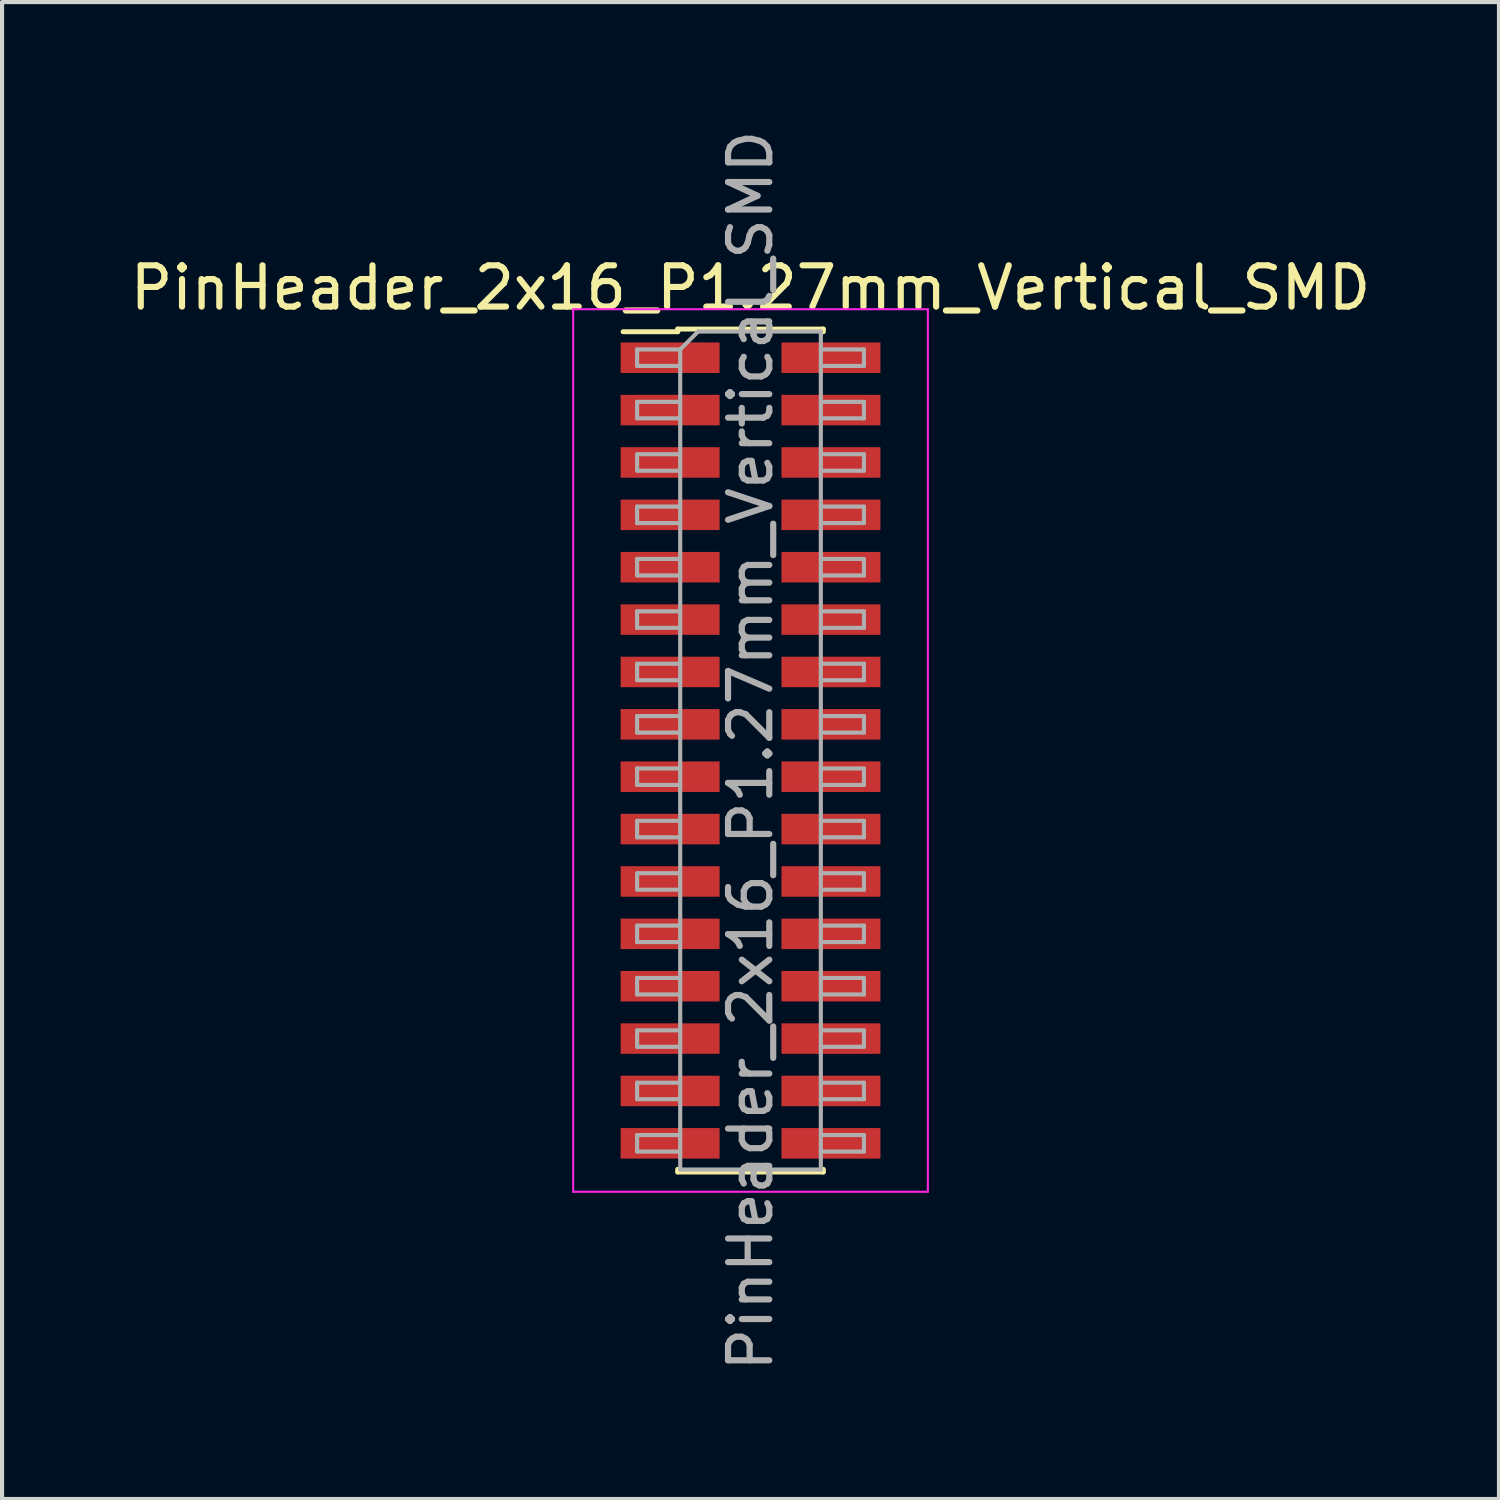
<source format=kicad_pcb>
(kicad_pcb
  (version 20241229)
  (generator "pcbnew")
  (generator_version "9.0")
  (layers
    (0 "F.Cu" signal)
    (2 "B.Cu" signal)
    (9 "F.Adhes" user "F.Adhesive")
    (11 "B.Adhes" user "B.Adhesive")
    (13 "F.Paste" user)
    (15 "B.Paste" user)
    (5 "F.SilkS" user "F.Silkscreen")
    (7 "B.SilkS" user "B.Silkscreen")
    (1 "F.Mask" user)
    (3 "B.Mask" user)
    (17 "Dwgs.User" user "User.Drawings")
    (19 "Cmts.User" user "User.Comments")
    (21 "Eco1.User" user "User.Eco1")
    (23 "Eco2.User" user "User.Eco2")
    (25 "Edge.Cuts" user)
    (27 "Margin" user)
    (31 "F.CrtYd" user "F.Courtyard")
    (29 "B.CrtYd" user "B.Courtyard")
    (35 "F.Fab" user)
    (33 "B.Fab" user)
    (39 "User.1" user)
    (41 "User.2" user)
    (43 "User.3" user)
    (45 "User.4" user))
  (footprint "PinHeader_2x16_P1.27mm_Vertical_SMD"
    (layer "F.Cu")
    (at 15.149 15.149)
    (property "Reference" "PinHeader_2x16_P1.27mm_Vertical_SMD" (at 0 -11.22 0) (layer "F.SilkS") (effects (font (size 1 1) (thickness 0.15))))
    (attr smd)
    (fp_line (start -3.09 -10.155) (end -1.765 -10.155) (stroke (width 0.12) (type solid)) (layer "F.SilkS"))
    (fp_line (start -1.765 -10.22) (end -1.765 -10.155) (stroke (width 0.12) (type solid)) (layer "F.SilkS"))
    (fp_line (start -1.765 -10.22) (end 1.765 -10.22) (stroke (width 0.12) (type solid)) (layer "F.SilkS"))
    (fp_line (start -1.765 10.155) (end -1.765 10.22) (stroke (width 0.12) (type solid)) (layer "F.SilkS"))
    (fp_line (start -1.765 10.22) (end 1.765 10.22) (stroke (width 0.12) (type solid)) (layer "F.SilkS"))
    (fp_line (start 1.765 -10.22) (end 1.765 -10.155) (stroke (width 0.12) (type solid)) (layer "F.SilkS"))
    (fp_line (start 1.765 10.155) (end 1.765 10.22) (stroke (width 0.12) (type solid)) (layer "F.SilkS"))
    (fp_line (start -4.3 -10.7) (end -4.3 10.7) (stroke (width 0.05) (type solid)) (layer "F.CrtYd"))
    (fp_line (start -4.3 10.7) (end 4.3 10.7) (stroke (width 0.05) (type solid)) (layer "F.CrtYd"))
    (fp_line (start 4.3 -10.7) (end -4.3 -10.7) (stroke (width 0.05) (type solid)) (layer "F.CrtYd"))
    (fp_line (start 4.3 10.7) (end 4.3 -10.7) (stroke (width 0.05) (type solid)) (layer "F.CrtYd"))
    (fp_line (start -2.75 -9.725) (end -2.75 -9.325) (stroke (width 0.1) (type solid)) (layer "F.Fab"))
    (fp_line (start -2.75 -9.325) (end -1.705 -9.325) (stroke (width 0.1) (type solid)) (layer "F.Fab"))
    (fp_line (start -2.75 -8.455) (end -2.75 -8.055) (stroke (width 0.1) (type solid)) (layer "F.Fab"))
    (fp_line (start -2.75 -8.055) (end -1.705 -8.055) (stroke (width 0.1) (type solid)) (layer "F.Fab"))
    (fp_line (start -2.75 -7.185) (end -2.75 -6.785) (stroke (width 0.1) (type solid)) (layer "F.Fab"))
    (fp_line (start -2.75 -6.785) (end -1.705 -6.785) (stroke (width 0.1) (type solid)) (layer "F.Fab"))
    (fp_line (start -2.75 -5.915) (end -2.75 -5.515) (stroke (width 0.1) (type solid)) (layer "F.Fab"))
    (fp_line (start -2.75 -5.515) (end -1.705 -5.515) (stroke (width 0.1) (type solid)) (layer "F.Fab"))
    (fp_line (start -2.75 -4.645) (end -2.75 -4.245) (stroke (width 0.1) (type solid)) (layer "F.Fab"))
    (fp_line (start -2.75 -4.245) (end -1.705 -4.245) (stroke (width 0.1) (type solid)) (layer "F.Fab"))
    (fp_line (start -2.75 -3.375) (end -2.75 -2.975) (stroke (width 0.1) (type solid)) (layer "F.Fab"))
    (fp_line (start -2.75 -2.975) (end -1.705 -2.975) (stroke (width 0.1) (type solid)) (layer "F.Fab"))
    (fp_line (start -2.75 -2.105) (end -2.75 -1.705) (stroke (width 0.1) (type solid)) (layer "F.Fab"))
    (fp_line (start -2.75 -1.705) (end -1.705 -1.705) (stroke (width 0.1) (type solid)) (layer "F.Fab"))
    (fp_line (start -2.75 -0.835) (end -2.75 -0.435) (stroke (width 0.1) (type solid)) (layer "F.Fab"))
    (fp_line (start -2.75 -0.435) (end -1.705 -0.435) (stroke (width 0.1) (type solid)) (layer "F.Fab"))
    (fp_line (start -2.75 0.435) (end -2.75 0.835) (stroke (width 0.1) (type solid)) (layer "F.Fab"))
    (fp_line (start -2.75 0.835) (end -1.705 0.835) (stroke (width 0.1) (type solid)) (layer "F.Fab"))
    (fp_line (start -2.75 1.705) (end -2.75 2.105) (stroke (width 0.1) (type solid)) (layer "F.Fab"))
    (fp_line (start -2.75 2.105) (end -1.705 2.105) (stroke (width 0.1) (type solid)) (layer "F.Fab"))
    (fp_line (start -2.75 2.975) (end -2.75 3.375) (stroke (width 0.1) (type solid)) (layer "F.Fab"))
    (fp_line (start -2.75 3.375) (end -1.705 3.375) (stroke (width 0.1) (type solid)) (layer "F.Fab"))
    (fp_line (start -2.75 4.245) (end -2.75 4.645) (stroke (width 0.1) (type solid)) (layer "F.Fab"))
    (fp_line (start -2.75 4.645) (end -1.705 4.645) (stroke (width 0.1) (type solid)) (layer "F.Fab"))
    (fp_line (start -2.75 5.515) (end -2.75 5.915) (stroke (width 0.1) (type solid)) (layer "F.Fab"))
    (fp_line (start -2.75 5.915) (end -1.705 5.915) (stroke (width 0.1) (type solid)) (layer "F.Fab"))
    (fp_line (start -2.75 6.785) (end -2.75 7.185) (stroke (width 0.1) (type solid)) (layer "F.Fab"))
    (fp_line (start -2.75 7.185) (end -1.705 7.185) (stroke (width 0.1) (type solid)) (layer "F.Fab"))
    (fp_line (start -2.75 8.055) (end -2.75 8.455) (stroke (width 0.1) (type solid)) (layer "F.Fab"))
    (fp_line (start -2.75 8.455) (end -1.705 8.455) (stroke (width 0.1) (type solid)) (layer "F.Fab"))
    (fp_line (start -2.75 9.325) (end -2.75 9.725) (stroke (width 0.1) (type solid)) (layer "F.Fab"))
    (fp_line (start -2.75 9.725) (end -1.705 9.725) (stroke (width 0.1) (type solid)) (layer "F.Fab"))
    (fp_line (start -1.705 -9.725) (end -2.75 -9.725) (stroke (width 0.1) (type solid)) (layer "F.Fab"))
    (fp_line (start -1.705 -9.725) (end -1.27 -10.16) (stroke (width 0.1) (type solid)) (layer "F.Fab"))
    (fp_line (start -1.705 -8.455) (end -2.75 -8.455) (stroke (width 0.1) (type solid)) (layer "F.Fab"))
    (fp_line (start -1.705 -7.185) (end -2.75 -7.185) (stroke (width 0.1) (type solid)) (layer "F.Fab"))
    (fp_line (start -1.705 -5.915) (end -2.75 -5.915) (stroke (width 0.1) (type solid)) (layer "F.Fab"))
    (fp_line (start -1.705 -4.645) (end -2.75 -4.645) (stroke (width 0.1) (type solid)) (layer "F.Fab"))
    (fp_line (start -1.705 -3.375) (end -2.75 -3.375) (stroke (width 0.1) (type solid)) (layer "F.Fab"))
    (fp_line (start -1.705 -2.105) (end -2.75 -2.105) (stroke (width 0.1) (type solid)) (layer "F.Fab"))
    (fp_line (start -1.705 -0.835) (end -2.75 -0.835) (stroke (width 0.1) (type solid)) (layer "F.Fab"))
    (fp_line (start -1.705 0.435) (end -2.75 0.435) (stroke (width 0.1) (type solid)) (layer "F.Fab"))
    (fp_line (start -1.705 1.705) (end -2.75 1.705) (stroke (width 0.1) (type solid)) (layer "F.Fab"))
    (fp_line (start -1.705 2.975) (end -2.75 2.975) (stroke (width 0.1) (type solid)) (layer "F.Fab"))
    (fp_line (start -1.705 4.245) (end -2.75 4.245) (stroke (width 0.1) (type solid)) (layer "F.Fab"))
    (fp_line (start -1.705 5.515) (end -2.75 5.515) (stroke (width 0.1) (type solid)) (layer "F.Fab"))
    (fp_line (start -1.705 6.785) (end -2.75 6.785) (stroke (width 0.1) (type solid)) (layer "F.Fab"))
    (fp_line (start -1.705 8.055) (end -2.75 8.055) (stroke (width 0.1) (type solid)) (layer "F.Fab"))
    (fp_line (start -1.705 9.325) (end -2.75 9.325) (stroke (width 0.1) (type solid)) (layer "F.Fab"))
    (fp_line (start -1.705 10.16) (end -1.705 -9.725) (stroke (width 0.1) (type solid)) (layer "F.Fab"))
    (fp_line (start -1.27 -10.16) (end 1.705 -10.16) (stroke (width 0.1) (type solid)) (layer "F.Fab"))
    (fp_line (start 1.705 -10.16) (end 1.705 10.16) (stroke (width 0.1) (type solid)) (layer "F.Fab"))
    (fp_line (start 1.705 -9.725) (end 2.75 -9.725) (stroke (width 0.1) (type solid)) (layer "F.Fab"))
    (fp_line (start 1.705 -8.455) (end 2.75 -8.455) (stroke (width 0.1) (type solid)) (layer "F.Fab"))
    (fp_line (start 1.705 -7.185) (end 2.75 -7.185) (stroke (width 0.1) (type solid)) (layer "F.Fab"))
    (fp_line (start 1.705 -5.915) (end 2.75 -5.915) (stroke (width 0.1) (type solid)) (layer "F.Fab"))
    (fp_line (start 1.705 -4.645) (end 2.75 -4.645) (stroke (width 0.1) (type solid)) (layer "F.Fab"))
    (fp_line (start 1.705 -3.375) (end 2.75 -3.375) (stroke (width 0.1) (type solid)) (layer "F.Fab"))
    (fp_line (start 1.705 -2.105) (end 2.75 -2.105) (stroke (width 0.1) (type solid)) (layer "F.Fab"))
    (fp_line (start 1.705 -0.835) (end 2.75 -0.835) (stroke (width 0.1) (type solid)) (layer "F.Fab"))
    (fp_line (start 1.705 0.435) (end 2.75 0.435) (stroke (width 0.1) (type solid)) (layer "F.Fab"))
    (fp_line (start 1.705 1.705) (end 2.75 1.705) (stroke (width 0.1) (type solid)) (layer "F.Fab"))
    (fp_line (start 1.705 2.975) (end 2.75 2.975) (stroke (width 0.1) (type solid)) (layer "F.Fab"))
    (fp_line (start 1.705 4.245) (end 2.75 4.245) (stroke (width 0.1) (type solid)) (layer "F.Fab"))
    (fp_line (start 1.705 5.515) (end 2.75 5.515) (stroke (width 0.1) (type solid)) (layer "F.Fab"))
    (fp_line (start 1.705 6.785) (end 2.75 6.785) (stroke (width 0.1) (type solid)) (layer "F.Fab"))
    (fp_line (start 1.705 8.055) (end 2.75 8.055) (stroke (width 0.1) (type solid)) (layer "F.Fab"))
    (fp_line (start 1.705 9.325) (end 2.75 9.325) (stroke (width 0.1) (type solid)) (layer "F.Fab"))
    (fp_line (start 1.705 10.16) (end -1.705 10.16) (stroke (width 0.1) (type solid)) (layer "F.Fab"))
    (fp_line (start 2.75 -9.725) (end 2.75 -9.325) (stroke (width 0.1) (type solid)) (layer "F.Fab"))
    (fp_line (start 2.75 -9.325) (end 1.705 -9.325) (stroke (width 0.1) (type solid)) (layer "F.Fab"))
    (fp_line (start 2.75 -8.455) (end 2.75 -8.055) (stroke (width 0.1) (type solid)) (layer "F.Fab"))
    (fp_line (start 2.75 -8.055) (end 1.705 -8.055) (stroke (width 0.1) (type solid)) (layer "F.Fab"))
    (fp_line (start 2.75 -7.185) (end 2.75 -6.785) (stroke (width 0.1) (type solid)) (layer "F.Fab"))
    (fp_line (start 2.75 -6.785) (end 1.705 -6.785) (stroke (width 0.1) (type solid)) (layer "F.Fab"))
    (fp_line (start 2.75 -5.915) (end 2.75 -5.515) (stroke (width 0.1) (type solid)) (layer "F.Fab"))
    (fp_line (start 2.75 -5.515) (end 1.705 -5.515) (stroke (width 0.1) (type solid)) (layer "F.Fab"))
    (fp_line (start 2.75 -4.645) (end 2.75 -4.245) (stroke (width 0.1) (type solid)) (layer "F.Fab"))
    (fp_line (start 2.75 -4.245) (end 1.705 -4.245) (stroke (width 0.1) (type solid)) (layer "F.Fab"))
    (fp_line (start 2.75 -3.375) (end 2.75 -2.975) (stroke (width 0.1) (type solid)) (layer "F.Fab"))
    (fp_line (start 2.75 -2.975) (end 1.705 -2.975) (stroke (width 0.1) (type solid)) (layer "F.Fab"))
    (fp_line (start 2.75 -2.105) (end 2.75 -1.705) (stroke (width 0.1) (type solid)) (layer "F.Fab"))
    (fp_line (start 2.75 -1.705) (end 1.705 -1.705) (stroke (width 0.1) (type solid)) (layer "F.Fab"))
    (fp_line (start 2.75 -0.835) (end 2.75 -0.435) (stroke (width 0.1) (type solid)) (layer "F.Fab"))
    (fp_line (start 2.75 -0.435) (end 1.705 -0.435) (stroke (width 0.1) (type solid)) (layer "F.Fab"))
    (fp_line (start 2.75 0.435) (end 2.75 0.835) (stroke (width 0.1) (type solid)) (layer "F.Fab"))
    (fp_line (start 2.75 0.835) (end 1.705 0.835) (stroke (width 0.1) (type solid)) (layer "F.Fab"))
    (fp_line (start 2.75 1.705) (end 2.75 2.105) (stroke (width 0.1) (type solid)) (layer "F.Fab"))
    (fp_line (start 2.75 2.105) (end 1.705 2.105) (stroke (width 0.1) (type solid)) (layer "F.Fab"))
    (fp_line (start 2.75 2.975) (end 2.75 3.375) (stroke (width 0.1) (type solid)) (layer "F.Fab"))
    (fp_line (start 2.75 3.375) (end 1.705 3.375) (stroke (width 0.1) (type solid)) (layer "F.Fab"))
    (fp_line (start 2.75 4.245) (end 2.75 4.645) (stroke (width 0.1) (type solid)) (layer "F.Fab"))
    (fp_line (start 2.75 4.645) (end 1.705 4.645) (stroke (width 0.1) (type solid)) (layer "F.Fab"))
    (fp_line (start 2.75 5.515) (end 2.75 5.915) (stroke (width 0.1) (type solid)) (layer "F.Fab"))
    (fp_line (start 2.75 5.915) (end 1.705 5.915) (stroke (width 0.1) (type solid)) (layer "F.Fab"))
    (fp_line (start 2.75 6.785) (end 2.75 7.185) (stroke (width 0.1) (type solid)) (layer "F.Fab"))
    (fp_line (start 2.75 7.185) (end 1.705 7.185) (stroke (width 0.1) (type solid)) (layer "F.Fab"))
    (fp_line (start 2.75 8.055) (end 2.75 8.455) (stroke (width 0.1) (type solid)) (layer "F.Fab"))
    (fp_line (start 2.75 8.455) (end 1.705 8.455) (stroke (width 0.1) (type solid)) (layer "F.Fab"))
    (fp_line (start 2.75 9.325) (end 2.75 9.725) (stroke (width 0.1) (type solid)) (layer "F.Fab"))
    (fp_line (start 2.75 9.725) (end 1.705 9.725) (stroke (width 0.1) (type solid)) (layer "F.Fab"))
    (fp_text user "${REFERENCE}" (at 0 0 90) (layer "F.Fab") (effects (font (size 1 1) (thickness 0.15))))
    (pad "1" smd rect (at -1.95 -9.525) (size 2.4 0.74) (layers "F.Cu" "F.Mask" "F.Paste"))
    (pad "2" smd rect (at 1.95 -9.525) (size 2.4 0.74) (layers "F.Cu" "F.Mask" "F.Paste"))
    (pad "3" smd rect (at -1.95 -8.255) (size 2.4 0.74) (layers "F.Cu" "F.Mask" "F.Paste"))
    (pad "4" smd rect (at 1.95 -8.255) (size 2.4 0.74) (layers "F.Cu" "F.Mask" "F.Paste"))
    (pad "5" smd rect (at -1.95 -6.985) (size 2.4 0.74) (layers "F.Cu" "F.Mask" "F.Paste"))
    (pad "6" smd rect (at 1.95 -6.985) (size 2.4 0.74) (layers "F.Cu" "F.Mask" "F.Paste"))
    (pad "7" smd rect (at -1.95 -5.715) (size 2.4 0.74) (layers "F.Cu" "F.Mask" "F.Paste"))
    (pad "8" smd rect (at 1.95 -5.715) (size 2.4 0.74) (layers "F.Cu" "F.Mask" "F.Paste"))
    (pad "9" smd rect (at -1.95 -4.445) (size 2.4 0.74) (layers "F.Cu" "F.Mask" "F.Paste"))
    (pad "10" smd rect (at 1.95 -4.445) (size 2.4 0.74) (layers "F.Cu" "F.Mask" "F.Paste"))
    (pad "11" smd rect (at -1.95 -3.175) (size 2.4 0.74) (layers "F.Cu" "F.Mask" "F.Paste"))
    (pad "12" smd rect (at 1.95 -3.175) (size 2.4 0.74) (layers "F.Cu" "F.Mask" "F.Paste"))
    (pad "13" smd rect (at -1.95 -1.905) (size 2.4 0.74) (layers "F.Cu" "F.Mask" "F.Paste"))
    (pad "14" smd rect (at 1.95 -1.905) (size 2.4 0.74) (layers "F.Cu" "F.Mask" "F.Paste"))
    (pad "15" smd rect (at -1.95 -0.635) (size 2.4 0.74) (layers "F.Cu" "F.Mask" "F.Paste"))
    (pad "16" smd rect (at 1.95 -0.635) (size 2.4 0.74) (layers "F.Cu" "F.Mask" "F.Paste"))
    (pad "17" smd rect (at -1.95 0.635) (size 2.4 0.74) (layers "F.Cu" "F.Mask" "F.Paste"))
    (pad "18" smd rect (at 1.95 0.635) (size 2.4 0.74) (layers "F.Cu" "F.Mask" "F.Paste"))
    (pad "19" smd rect (at -1.95 1.905) (size 2.4 0.74) (layers "F.Cu" "F.Mask" "F.Paste"))
    (pad "20" smd rect (at 1.95 1.905) (size 2.4 0.74) (layers "F.Cu" "F.Mask" "F.Paste"))
    (pad "21" smd rect (at -1.95 3.175) (size 2.4 0.74) (layers "F.Cu" "F.Mask" "F.Paste"))
    (pad "22" smd rect (at 1.95 3.175) (size 2.4 0.74) (layers "F.Cu" "F.Mask" "F.Paste"))
    (pad "23" smd rect (at -1.95 4.445) (size 2.4 0.74) (layers "F.Cu" "F.Mask" "F.Paste"))
    (pad "24" smd rect (at 1.95 4.445) (size 2.4 0.74) (layers "F.Cu" "F.Mask" "F.Paste"))
    (pad "25" smd rect (at -1.95 5.715) (size 2.4 0.74) (layers "F.Cu" "F.Mask" "F.Paste"))
    (pad "26" smd rect (at 1.95 5.715) (size 2.4 0.74) (layers "F.Cu" "F.Mask" "F.Paste"))
    (pad "27" smd rect (at -1.95 6.985) (size 2.4 0.74) (layers "F.Cu" "F.Mask" "F.Paste"))
    (pad "28" smd rect (at 1.95 6.985) (size 2.4 0.74) (layers "F.Cu" "F.Mask" "F.Paste"))
    (pad "29" smd rect (at -1.95 8.255) (size 2.4 0.74) (layers "F.Cu" "F.Mask" "F.Paste"))
    (pad "30" smd rect (at 1.95 8.255) (size 2.4 0.74) (layers "F.Cu" "F.Mask" "F.Paste"))
    (pad "31" smd rect (at -1.95 9.525) (size 2.4 0.74) (layers "F.Cu" "F.Mask" "F.Paste"))
    (pad "32" smd rect (at 1.95 9.525) (size 2.4 0.74) (layers "F.Cu" "F.Mask" "F.Paste")))
  (gr_rect
    (start -3 -3)
    (end 33.298 33.298)
    (stroke (width 0.1) (type default))
    (fill no)
    (layer "Edge.Cuts")))
</source>
